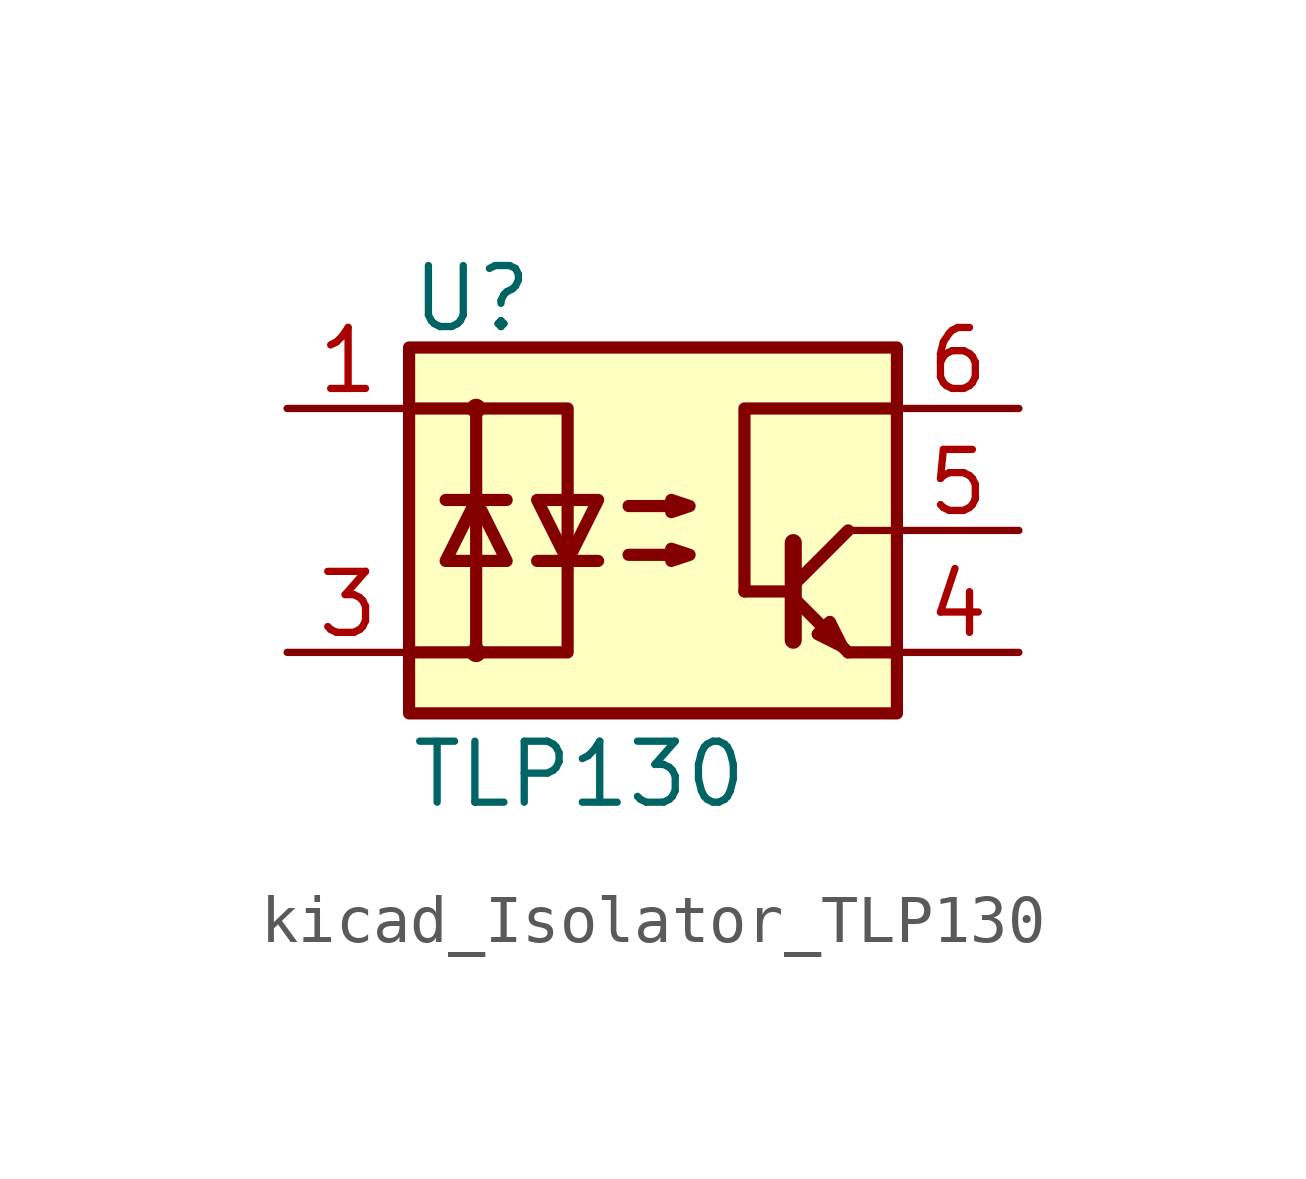
<source format=kicad_sym>
(kicad_symbol_lib
  (version 20220914)
  (generator kicad_symbol_editor)
  (symbol "kicad_Isolator_TLP130"
    (pin_names
      (offset 1.016))
    (property "Reference" "U"
      (at -5.08 4.826 0)
      (effects (font (size 1.27 1.27)) (justify left)))
    (property "Value" "TLP130"
      (at -5.08 -5.08 0)
      (effects (font (size 1.27 1.27)) (justify left)))
    (symbol "kicad_Isolator_TLP130_0_1"
      (rectangle (start -5.08 3.81) (end 5.08 -3.81) (stroke (width 0.254) (type default)) (fill (type background)))
      (circle (center -3.683 -2.54) (radius 0.127) (stroke (width 0) (type default)) (fill (type none)))
      (circle (center -3.683 2.54) (radius 0.127) (stroke (width 0) (type default)) (fill (type none)))
      (polyline (pts (xy -3.683 2.54) (xy -3.683 -2.54)) (stroke (width 0.254) (type default)) (fill (type none)))
      (polyline (pts (xy -3.048 0.635) (xy -4.318 0.635)) (stroke (width 0.254) (type default)) (fill (type none)))
      (polyline (pts (xy -2.413 -0.635) (xy -1.143 -0.635)) (stroke (width 0.254) (type default)) (fill (type none)))
      (polyline (pts (xy 2.921 -1.397) (xy 4.064 -2.54)) (stroke (width 0.254) (type default)) (fill (type none)))
      (polyline (pts (xy 2.921 -1.27) (xy 1.905 -1.27)) (stroke (width 0.254) (type default)) (fill (type none)))
      (polyline (pts (xy 2.921 -1.143) (xy 4.064 0)) (stroke (width 0.254) (type default)) (fill (type none)))
      (polyline (pts (xy 4.064 -2.54) (xy 5.08 -2.54)) (stroke (width 0.254) (type default)) (fill (type none)))
      (polyline (pts (xy 5.08 0) (xy 4.064 0)) (stroke (width 0) (type default)) (fill (type none)))
      (polyline (pts (xy 1.905 -1.27) (xy 1.905 2.54) (xy 5.08 2.54)) (stroke (width 0.254) (type default)) (fill (type none)))
      (polyline (pts (xy 2.921 -0.254) (xy 2.921 -2.286) (xy 2.921 -2.286)) (stroke (width 0.356) (type default)) (fill (type none)))
      (polyline (pts (xy -5.08 -2.54) (xy -1.778 -2.54) (xy -1.778 2.54) (xy -5.08 2.54)) (stroke (width 0.254) (type default)) (fill (type none)))
      (polyline (pts (xy -3.683 0.635) (xy -3.048 -0.635) (xy -4.318 -0.635) (xy -3.683 0.635)) (stroke (width 0.254) (type default)) (fill (type none)))
      (polyline (pts (xy -1.778 -0.635) (xy -2.413 0.635) (xy -1.143 0.635) (xy -1.778 -0.635)) (stroke (width 0.254) (type default)) (fill (type none)))
      (polyline (pts (xy 3.937 -2.413) (xy 3.683 -1.905) (xy 3.429 -2.159) (xy 3.937 -2.413)) (stroke (width 0.254) (type default)) (fill (type none)))
      (polyline (pts (xy -0.508 -0.508) (xy 0.762 -0.508) (xy 0.381 -0.635) (xy 0.381 -0.381) (xy 0.762 -0.508)) (stroke (width 0.254) (type default)) (fill (type none)))
      (polyline (pts (xy -0.508 0.508) (xy 0.762 0.508) (xy 0.381 0.381) (xy 0.381 0.635) (xy 0.762 0.508)) (stroke (width 0.254) (type default)) (fill (type none))))
    (symbol "kicad_Isolator_TLP130_1_1"
      (pin passive line (at -7.62 2.54 0) (length 2.54) (name "~" (effects (font (size 1.27 1.27)))) (number "1" (effects (font (size 1.27 1.27)))))
      (pin passive line (at -7.62 -2.54 0) (length 2.54) (name "~" (effects (font (size 1.27 1.27)))) (number "3" (effects (font (size 1.27 1.27)))))
      (pin passive line (at 7.62 -2.54 180) (length 2.54) (name "~" (effects (font (size 1.27 1.27)))) (number "4" (effects (font (size 1.27 1.27)))))
      (pin open_collector line (at 7.62 0 180) (length 2.54) (name "~" (effects (font (size 1.27 1.27)))) (number "5" (effects (font (size 1.27 1.27)))))
      (pin passive line (at 7.62 2.54 180) (length 2.54) (name "~" (effects (font (size 1.27 1.27)))) (number "6" (effects (font (size 1.27 1.27))))))))
</source>
